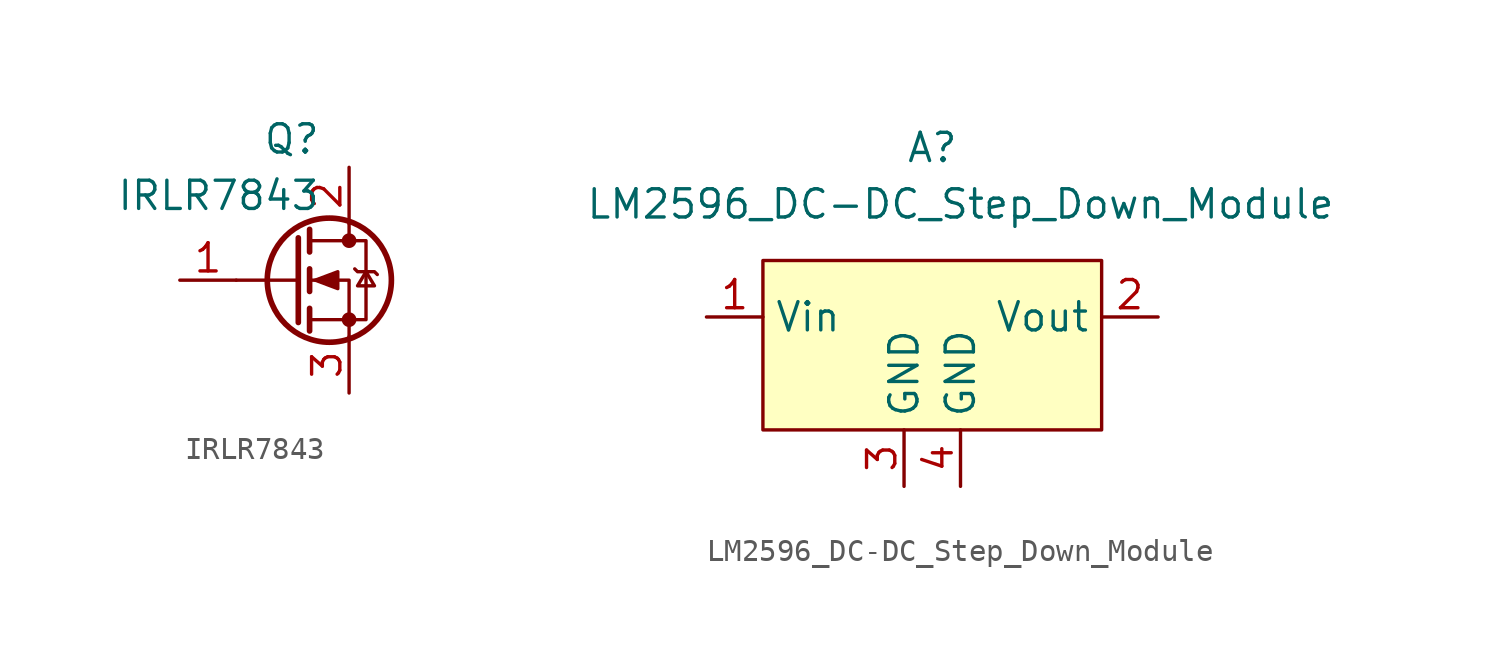
<source format=kicad_sym>
(kicad_symbol_lib
  (version 20211014)
  (generator kicad_symbol_editor)
  (symbol "IRLR7843"
    (pin_names
      (offset 0) hide)
    (property "Reference" "Q"
      (at -1.27 6.35 0)
      (effects (font (size 1.27 1.27)) (justify right)))
    (property "Value" "IRLR7843"
      (at -1.27 3.81 0)
      (effects (font (size 1.27 1.27)) (justify right)))
    (symbol "IRLR7843_0_1"
      (circle (center -0.889 0) (radius 2.794) (stroke (width 0.254) (type default) (color 0 0 0 0)) (fill (type none)))
      (circle (center 0 -1.778) (radius 0.254) (stroke (width 0) (type default) (color 0 0 0 0)) (fill (type outline)))
      (polyline (pts (xy -2.286 0) (xy -5.08 0)) (stroke (width 0) (type default) (color 0 0 0 0)) (fill (type none)))
      (polyline (pts (xy -2.286 1.905) (xy -2.286 -1.905)) (stroke (width 0.254) (type default) (color 0 0 0 0)) (fill (type none)))
      (polyline (pts (xy -1.778 -1.27) (xy -1.778 -2.286)) (stroke (width 0.254) (type default) (color 0 0 0 0)) (fill (type none)))
      (polyline (pts (xy -1.778 0.508) (xy -1.778 -0.508)) (stroke (width 0.254) (type default) (color 0 0 0 0)) (fill (type none)))
      (polyline (pts (xy -1.778 2.286) (xy -1.778 1.27)) (stroke (width 0.254) (type default) (color 0 0 0 0)) (fill (type none)))
      (polyline (pts (xy 0 2.54) (xy 0 1.778)) (stroke (width 0) (type default) (color 0 0 0 0)) (fill (type none)))
      (polyline (pts (xy 0 -2.54) (xy 0 0) (xy -1.778 0)) (stroke (width 0) (type default) (color 0 0 0 0)) (fill (type none)))
      (polyline (pts (xy -1.778 -1.778) (xy 0.762 -1.778) (xy 0.762 1.778) (xy -1.778 1.778)) (stroke (width 0) (type default) (color 0 0 0 0)) (fill (type none)))
      (polyline (pts (xy -1.524 0) (xy -0.508 0.381) (xy -0.508 -0.381) (xy -1.524 0)) (stroke (width 0) (type default) (color 0 0 0 0)) (fill (type outline)))
      (polyline (pts (xy 0.254 0.508) (xy 0.381 0.381) (xy 1.143 0.381) (xy 1.27 0.254)) (stroke (width 0) (type default) (color 0 0 0 0)) (fill (type none)))
      (polyline (pts (xy 0.762 0.381) (xy 0.381 -0.254) (xy 1.143 -0.254) (xy 0.762 0.381)) (stroke (width 0) (type default) (color 0 0 0 0)) (fill (type none)))
      (circle (center 0 1.778) (radius 0.254) (stroke (width 0) (type default) (color 0 0 0 0)) (fill (type outline))))
    (symbol "IRLR7843_1_1"
      (pin input line (at -7.62 0 0) (length 2.54) (name "G" (effects (font (size 1.27 1.27)))) (number "1" (effects (font (size 1.27 1.27)))))
      (pin passive line (at 0 5.08 270) (length 2.54) (name "D" (effects (font (size 1.27 1.27)))) (number "2" (effects (font (size 1.27 1.27)))))
      (pin passive line (at 0 -5.08 90) (length 2.54) (name "S" (effects (font (size 1.27 1.27)))) (number "3" (effects (font (size 1.27 1.27)))))))
  (symbol "LM2596_DC-DC_Step_Down_Module"
    (property "Reference" "A"
      (at 0 12.7 0)
      (effects (font (size 1.27 1.27))))
    (property "Value" "LM2596_DC-DC_Step_Down_Module"
      (at 1.27 10.16 0)
      (effects (font (size 1.27 1.27))))
    (symbol "LM2596_DC-DC_Step_Down_Module_0_1"
      (rectangle (start -7.62 7.62) (end 7.62 0) (stroke (width 0) (type default) (color 0 0 0 0)) (fill (type background))))
    (symbol "LM2596_DC-DC_Step_Down_Module_1_1"
      (pin power_in line (at -10.16 5.08 0) (length 2.54) (name "Vin" (effects (font (size 1.27 1.27)))) (number "1" (effects (font (size 1.27 1.27)))))
      (pin power_out line (at 10.16 5.08 180) (length 2.54) (name "Vout" (effects (font (size 1.27 1.27)))) (number "2" (effects (font (size 1.27 1.27)))))
      (pin power_out line (at -1.27 -2.54 90) (length 2.54) (name "GND" (effects (font (size 1.27 1.27)))) (number "3" (effects (font (size 1.27 1.27)))))
      (pin power_out line (at 1.27 -2.54 90) (length 2.54) (name "GND" (effects (font (size 1.27 1.27)))) (number "4" (effects (font (size 1.27 1.27))))))))
</source>
